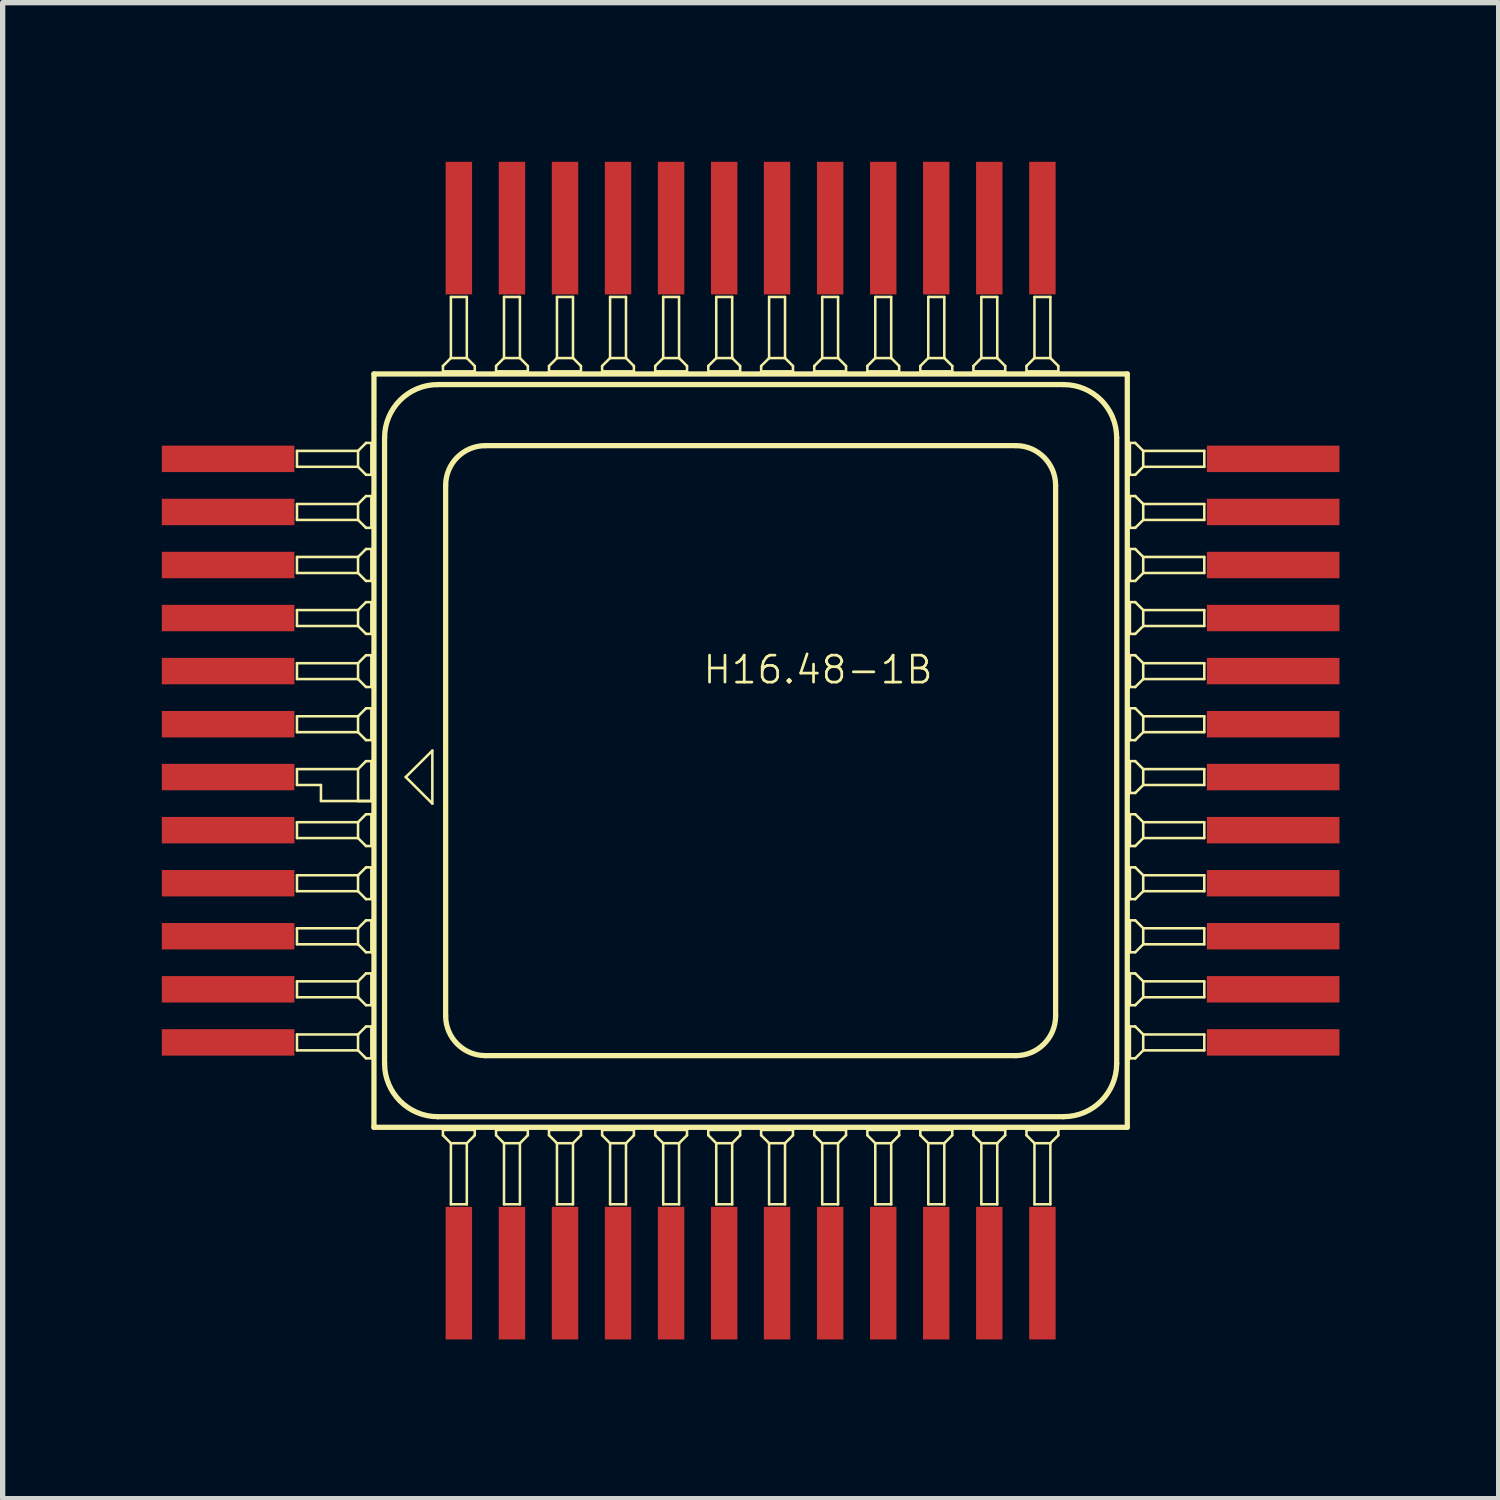
<source format=kicad_pcb>
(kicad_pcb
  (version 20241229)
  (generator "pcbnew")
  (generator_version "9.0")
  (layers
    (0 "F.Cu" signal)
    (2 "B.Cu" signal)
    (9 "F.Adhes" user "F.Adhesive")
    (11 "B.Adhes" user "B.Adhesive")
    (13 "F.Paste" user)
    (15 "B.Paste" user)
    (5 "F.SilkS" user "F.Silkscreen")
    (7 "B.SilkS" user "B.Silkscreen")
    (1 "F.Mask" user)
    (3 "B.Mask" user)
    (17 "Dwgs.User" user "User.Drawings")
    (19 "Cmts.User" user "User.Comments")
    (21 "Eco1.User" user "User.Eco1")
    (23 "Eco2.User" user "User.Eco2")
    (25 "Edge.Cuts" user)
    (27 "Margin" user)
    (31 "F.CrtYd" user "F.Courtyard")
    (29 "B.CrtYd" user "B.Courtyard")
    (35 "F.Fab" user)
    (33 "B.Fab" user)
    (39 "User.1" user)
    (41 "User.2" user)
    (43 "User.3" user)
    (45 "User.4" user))
  (footprint "H16.48-1B"
    (layer "F.Cu")
    (at 11.097 11.097)
    (property "Reference" "H16.48-1B" (at 1.27 -1.524 0) (layer "F.SilkS") (effects (font (size 0.508 0.508) (thickness 0.051))))
    (attr smd)
    (fp_line (start -8.55 -5.649) (end -8.55 -5.349) (stroke (width 0.048) (type solid)) (layer "F.SilkS"))
    (fp_line (start -8.55 -5.649) (end -7.399 -5.649) (stroke (width 0.048) (type solid)) (layer "F.SilkS"))
    (fp_line (start -8.55 -5.349) (end -7.399 -5.349) (stroke (width 0.048) (type solid)) (layer "F.SilkS"))
    (fp_line (start -8.55 -4.648) (end -8.55 -4.348) (stroke (width 0.048) (type solid)) (layer "F.SilkS"))
    (fp_line (start -8.55 -4.648) (end -7.399 -4.648) (stroke (width 0.048) (type solid)) (layer "F.SilkS"))
    (fp_line (start -8.55 -4.348) (end -7.399 -4.348) (stroke (width 0.048) (type solid)) (layer "F.SilkS"))
    (fp_line (start -8.55 -3.65) (end -8.55 -3.348) (stroke (width 0.048) (type solid)) (layer "F.SilkS"))
    (fp_line (start -8.55 -3.65) (end -7.399 -3.65) (stroke (width 0.048) (type solid)) (layer "F.SilkS"))
    (fp_line (start -8.55 -3.348) (end -7.399 -3.348) (stroke (width 0.048) (type solid)) (layer "F.SilkS"))
    (fp_line (start -8.55 -2.649) (end -8.55 -2.349) (stroke (width 0.048) (type solid)) (layer "F.SilkS"))
    (fp_line (start -8.55 -2.649) (end -7.399 -2.649) (stroke (width 0.048) (type solid)) (layer "F.SilkS"))
    (fp_line (start -8.55 -2.349) (end -7.399 -2.349) (stroke (width 0.048) (type solid)) (layer "F.SilkS"))
    (fp_line (start -8.55 -1.648) (end -8.55 -1.349) (stroke (width 0.048) (type solid)) (layer "F.SilkS"))
    (fp_line (start -8.55 -1.648) (end -7.399 -1.648) (stroke (width 0.048) (type solid)) (layer "F.SilkS"))
    (fp_line (start -8.55 -1.349) (end -7.399 -1.349) (stroke (width 0.048) (type solid)) (layer "F.SilkS"))
    (fp_line (start -8.55 -0.648) (end -8.55 -0.348) (stroke (width 0.048) (type solid)) (layer "F.SilkS"))
    (fp_line (start -8.55 -0.648) (end -7.399 -0.648) (stroke (width 0.048) (type solid)) (layer "F.SilkS"))
    (fp_line (start -8.55 -0.348) (end -7.399 -0.348) (stroke (width 0.048) (type solid)) (layer "F.SilkS"))
    (fp_line (start -8.55 0.348) (end -8.55 0.648) (stroke (width 0.048) (type solid)) (layer "F.SilkS"))
    (fp_line (start -8.55 0.348) (end -7.399 0.348) (stroke (width 0.048) (type solid)) (layer "F.SilkS"))
    (fp_line (start -8.55 0.648) (end -8.098 0.648) (stroke (width 0.048) (type solid)) (layer "F.SilkS"))
    (fp_line (start -8.55 1.349) (end -8.55 1.648) (stroke (width 0.048) (type solid)) (layer "F.SilkS"))
    (fp_line (start -8.55 1.349) (end -7.399 1.349) (stroke (width 0.048) (type solid)) (layer "F.SilkS"))
    (fp_line (start -8.55 1.648) (end -7.399 1.648) (stroke (width 0.048) (type solid)) (layer "F.SilkS"))
    (fp_line (start -8.55 2.349) (end -8.55 2.649) (stroke (width 0.048) (type solid)) (layer "F.SilkS"))
    (fp_line (start -8.55 2.349) (end -7.399 2.349) (stroke (width 0.048) (type solid)) (layer "F.SilkS"))
    (fp_line (start -8.55 2.649) (end -7.399 2.649) (stroke (width 0.048) (type solid)) (layer "F.SilkS"))
    (fp_line (start -8.55 3.348) (end -8.55 3.65) (stroke (width 0.048) (type solid)) (layer "F.SilkS"))
    (fp_line (start -8.55 3.348) (end -7.399 3.348) (stroke (width 0.048) (type solid)) (layer "F.SilkS"))
    (fp_line (start -8.55 3.65) (end -7.399 3.65) (stroke (width 0.048) (type solid)) (layer "F.SilkS"))
    (fp_line (start -8.55 4.348) (end -8.55 4.648) (stroke (width 0.048) (type solid)) (layer "F.SilkS"))
    (fp_line (start -8.55 4.348) (end -7.399 4.348) (stroke (width 0.048) (type solid)) (layer "F.SilkS"))
    (fp_line (start -8.55 4.648) (end -7.399 4.648) (stroke (width 0.048) (type solid)) (layer "F.SilkS"))
    (fp_line (start -8.55 5.349) (end -8.55 5.649) (stroke (width 0.048) (type solid)) (layer "F.SilkS"))
    (fp_line (start -8.55 5.349) (end -7.399 5.349) (stroke (width 0.048) (type solid)) (layer "F.SilkS"))
    (fp_line (start -8.55 5.649) (end -7.399 5.649) (stroke (width 0.048) (type solid)) (layer "F.SilkS"))
    (fp_line (start -8.098 0.648) (end -8.098 0.95) (stroke (width 0.048) (type solid)) (layer "F.SilkS"))
    (fp_line (start -8.098 0.95) (end -7.148 0.95) (stroke (width 0.048) (type solid)) (layer "F.SilkS"))
    (fp_line (start -7.399 -5.649) (end -7.399 -5.349) (stroke (width 0.048) (type solid)) (layer "F.SilkS"))
    (fp_line (start -7.399 -5.349) (end -7.249 -5.199) (stroke (width 0.048) (type solid)) (layer "F.SilkS"))
    (fp_line (start -7.399 -4.648) (end -7.399 -4.348) (stroke (width 0.048) (type solid)) (layer "F.SilkS"))
    (fp_line (start -7.399 -4.348) (end -7.249 -4.199) (stroke (width 0.048) (type solid)) (layer "F.SilkS"))
    (fp_line (start -7.399 -3.65) (end -7.399 -3.348) (stroke (width 0.048) (type solid)) (layer "F.SilkS"))
    (fp_line (start -7.399 -3.348) (end -7.249 -3.198) (stroke (width 0.048) (type solid)) (layer "F.SilkS"))
    (fp_line (start -7.399 -2.649) (end -7.399 -2.349) (stroke (width 0.048) (type solid)) (layer "F.SilkS"))
    (fp_line (start -7.399 -2.349) (end -7.249 -2.2) (stroke (width 0.048) (type solid)) (layer "F.SilkS"))
    (fp_line (start -7.399 -1.648) (end -7.399 -1.349) (stroke (width 0.048) (type solid)) (layer "F.SilkS"))
    (fp_line (start -7.399 -1.349) (end -7.249 -1.199) (stroke (width 0.048) (type solid)) (layer "F.SilkS"))
    (fp_line (start -7.399 -0.648) (end -7.399 -0.348) (stroke (width 0.048) (type solid)) (layer "F.SilkS"))
    (fp_line (start -7.399 -0.348) (end -7.249 -0.198) (stroke (width 0.048) (type solid)) (layer "F.SilkS"))
    (fp_line (start -7.399 0.348) (end -7.249 0.198) (stroke (width 0.048) (type solid)) (layer "F.SilkS"))
    (fp_line (start -7.399 0.95) (end -7.399 0.348) (stroke (width 0.048) (type solid)) (layer "F.SilkS"))
    (fp_line (start -7.399 1.349) (end -7.399 1.648) (stroke (width 0.048) (type solid)) (layer "F.SilkS"))
    (fp_line (start -7.399 1.648) (end -7.249 1.798) (stroke (width 0.048) (type solid)) (layer "F.SilkS"))
    (fp_line (start -7.399 2.349) (end -7.399 2.649) (stroke (width 0.048) (type solid)) (layer "F.SilkS"))
    (fp_line (start -7.399 2.649) (end -7.249 2.799) (stroke (width 0.048) (type solid)) (layer "F.SilkS"))
    (fp_line (start -7.399 3.348) (end -7.399 3.65) (stroke (width 0.048) (type solid)) (layer "F.SilkS"))
    (fp_line (start -7.399 3.65) (end -7.249 3.8) (stroke (width 0.048) (type solid)) (layer "F.SilkS"))
    (fp_line (start -7.399 4.348) (end -7.399 4.648) (stroke (width 0.048) (type solid)) (layer "F.SilkS"))
    (fp_line (start -7.399 4.648) (end -7.249 4.798) (stroke (width 0.048) (type solid)) (layer "F.SilkS"))
    (fp_line (start -7.399 5.349) (end -7.399 5.649) (stroke (width 0.048) (type solid)) (layer "F.SilkS"))
    (fp_line (start -7.399 5.649) (end -7.249 5.799) (stroke (width 0.048) (type solid)) (layer "F.SilkS"))
    (fp_line (start -7.249 -5.799) (end -7.399 -5.649) (stroke (width 0.048) (type solid)) (layer "F.SilkS"))
    (fp_line (start -7.249 -5.199) (end -7.148 -5.199) (stroke (width 0.048) (type solid)) (layer "F.SilkS"))
    (fp_line (start -7.249 -4.798) (end -7.399 -4.648) (stroke (width 0.048) (type solid)) (layer "F.SilkS"))
    (fp_line (start -7.249 -4.199) (end -7.148 -4.199) (stroke (width 0.048) (type solid)) (layer "F.SilkS"))
    (fp_line (start -7.249 -3.8) (end -7.399 -3.65) (stroke (width 0.048) (type solid)) (layer "F.SilkS"))
    (fp_line (start -7.249 -3.198) (end -7.148 -3.198) (stroke (width 0.048) (type solid)) (layer "F.SilkS"))
    (fp_line (start -7.249 -2.799) (end -7.399 -2.649) (stroke (width 0.048) (type solid)) (layer "F.SilkS"))
    (fp_line (start -7.249 -2.2) (end -7.148 -2.2) (stroke (width 0.048) (type solid)) (layer "F.SilkS"))
    (fp_line (start -7.249 -1.798) (end -7.399 -1.648) (stroke (width 0.048) (type solid)) (layer "F.SilkS"))
    (fp_line (start -7.249 -1.199) (end -7.148 -1.199) (stroke (width 0.048) (type solid)) (layer "F.SilkS"))
    (fp_line (start -7.249 -0.798) (end -7.399 -0.648) (stroke (width 0.048) (type solid)) (layer "F.SilkS"))
    (fp_line (start -7.249 -0.198) (end -7.148 -0.198) (stroke (width 0.048) (type solid)) (layer "F.SilkS"))
    (fp_line (start -7.249 0.198) (end -7.148 0.198) (stroke (width 0.048) (type solid)) (layer "F.SilkS"))
    (fp_line (start -7.249 1.199) (end -7.399 1.349) (stroke (width 0.048) (type solid)) (layer "F.SilkS"))
    (fp_line (start -7.249 1.798) (end -7.148 1.798) (stroke (width 0.048) (type solid)) (layer "F.SilkS"))
    (fp_line (start -7.249 2.2) (end -7.399 2.349) (stroke (width 0.048) (type solid)) (layer "F.SilkS"))
    (fp_line (start -7.249 2.799) (end -7.148 2.799) (stroke (width 0.048) (type solid)) (layer "F.SilkS"))
    (fp_line (start -7.249 3.198) (end -7.399 3.348) (stroke (width 0.048) (type solid)) (layer "F.SilkS"))
    (fp_line (start -7.249 3.8) (end -7.148 3.8) (stroke (width 0.048) (type solid)) (layer "F.SilkS"))
    (fp_line (start -7.249 4.199) (end -7.399 4.348) (stroke (width 0.048) (type solid)) (layer "F.SilkS"))
    (fp_line (start -7.249 4.798) (end -7.148 4.798) (stroke (width 0.048) (type solid)) (layer "F.SilkS"))
    (fp_line (start -7.249 5.199) (end -7.399 5.349) (stroke (width 0.048) (type solid)) (layer "F.SilkS"))
    (fp_line (start -7.249 5.799) (end -7.148 5.799) (stroke (width 0.048) (type solid)) (layer "F.SilkS"))
    (fp_line (start -7.148 -5.799) (end -7.249 -5.799) (stroke (width 0.048) (type solid)) (layer "F.SilkS"))
    (fp_line (start -7.148 -5.199) (end -7.148 -5.799) (stroke (width 0.048) (type solid)) (layer "F.SilkS"))
    (fp_line (start -7.148 -4.798) (end -7.249 -4.798) (stroke (width 0.048) (type solid)) (layer "F.SilkS"))
    (fp_line (start -7.148 -4.199) (end -7.148 -4.798) (stroke (width 0.048) (type solid)) (layer "F.SilkS"))
    (fp_line (start -7.148 -3.8) (end -7.249 -3.8) (stroke (width 0.048) (type solid)) (layer "F.SilkS"))
    (fp_line (start -7.148 -3.198) (end -7.148 -3.8) (stroke (width 0.048) (type solid)) (layer "F.SilkS"))
    (fp_line (start -7.148 -2.799) (end -7.249 -2.799) (stroke (width 0.048) (type solid)) (layer "F.SilkS"))
    (fp_line (start -7.148 -2.2) (end -7.148 -2.799) (stroke (width 0.048) (type solid)) (layer "F.SilkS"))
    (fp_line (start -7.148 -1.798) (end -7.249 -1.798) (stroke (width 0.048) (type solid)) (layer "F.SilkS"))
    (fp_line (start -7.148 -1.199) (end -7.148 -1.798) (stroke (width 0.048) (type solid)) (layer "F.SilkS"))
    (fp_line (start -7.148 -0.798) (end -7.249 -0.798) (stroke (width 0.048) (type solid)) (layer "F.SilkS"))
    (fp_line (start -7.148 -0.198) (end -7.148 -0.798) (stroke (width 0.048) (type solid)) (layer "F.SilkS"))
    (fp_line (start -7.148 0.198) (end -7.148 0.95) (stroke (width 0.048) (type solid)) (layer "F.SilkS"))
    (fp_line (start -7.148 0.95) (end -7.399 0.95) (stroke (width 0.048) (type solid)) (layer "F.SilkS"))
    (fp_line (start -7.148 1.199) (end -7.249 1.199) (stroke (width 0.048) (type solid)) (layer "F.SilkS"))
    (fp_line (start -7.148 1.798) (end -7.148 1.199) (stroke (width 0.048) (type solid)) (layer "F.SilkS"))
    (fp_line (start -7.148 2.2) (end -7.249 2.2) (stroke (width 0.048) (type solid)) (layer "F.SilkS"))
    (fp_line (start -7.148 2.799) (end -7.148 2.2) (stroke (width 0.048) (type solid)) (layer "F.SilkS"))
    (fp_line (start -7.148 3.198) (end -7.249 3.198) (stroke (width 0.048) (type solid)) (layer "F.SilkS"))
    (fp_line (start -7.148 3.8) (end -7.148 3.198) (stroke (width 0.048) (type solid)) (layer "F.SilkS"))
    (fp_line (start -7.148 4.199) (end -7.249 4.199) (stroke (width 0.048) (type solid)) (layer "F.SilkS"))
    (fp_line (start -7.148 4.798) (end -7.148 4.199) (stroke (width 0.048) (type solid)) (layer "F.SilkS"))
    (fp_line (start -7.148 5.199) (end -7.249 5.199) (stroke (width 0.048) (type solid)) (layer "F.SilkS"))
    (fp_line (start -7.148 5.799) (end -7.148 5.199) (stroke (width 0.048) (type solid)) (layer "F.SilkS"))
    (fp_line (start -7.099 -7.099) (end -7.099 7.099) (stroke (width 0.099) (type solid)) (layer "F.SilkS"))
    (fp_line (start -7.099 7.099) (end 7.099 7.099) (stroke (width 0.099) (type solid)) (layer "F.SilkS"))
    (fp_line (start -6.899 -5.898) (end -6.899 5.898) (stroke (width 0.099) (type solid)) (layer "F.SilkS"))
    (fp_line (start -6.5 0.498) (end -5.999 0) (stroke (width 0.048) (type solid)) (layer "F.SilkS"))
    (fp_line (start -5.999 0) (end -5.999 0.998) (stroke (width 0.048) (type solid)) (layer "F.SilkS"))
    (fp_line (start -5.999 0.998) (end -6.5 0.498) (stroke (width 0.048) (type solid)) (layer "F.SilkS"))
    (fp_line (start -5.799 -7.249) (end -5.799 -7.148) (stroke (width 0.048) (type solid)) (layer "F.SilkS"))
    (fp_line (start -5.799 -7.148) (end -5.199 -7.148) (stroke (width 0.048) (type solid)) (layer "F.SilkS"))
    (fp_line (start -5.799 7.148) (end -5.799 7.249) (stroke (width 0.048) (type solid)) (layer "F.SilkS"))
    (fp_line (start -5.799 7.249) (end -5.649 7.399) (stroke (width 0.048) (type solid)) (layer "F.SilkS"))
    (fp_line (start -5.748 -4.999) (end -5.748 4.999) (stroke (width 0.099) (type solid)) (layer "F.SilkS"))
    (fp_line (start -5.649 -8.55) (end -5.649 -7.399) (stroke (width 0.048) (type solid)) (layer "F.SilkS"))
    (fp_line (start -5.649 -7.399) (end -5.799 -7.249) (stroke (width 0.048) (type solid)) (layer "F.SilkS"))
    (fp_line (start -5.649 7.399) (end -5.349 7.399) (stroke (width 0.048) (type solid)) (layer "F.SilkS"))
    (fp_line (start -5.649 8.55) (end -5.649 7.399) (stroke (width 0.048) (type solid)) (layer "F.SilkS"))
    (fp_line (start -5.649 8.55) (end -5.349 8.55) (stroke (width 0.048) (type solid)) (layer "F.SilkS"))
    (fp_line (start -5.349 -8.55) (end -5.649 -8.55) (stroke (width 0.048) (type solid)) (layer "F.SilkS"))
    (fp_line (start -5.349 -8.55) (end -5.349 -7.399) (stroke (width 0.048) (type solid)) (layer "F.SilkS"))
    (fp_line (start -5.349 -7.399) (end -5.649 -7.399) (stroke (width 0.048) (type solid)) (layer "F.SilkS"))
    (fp_line (start -5.349 7.399) (end -5.199 7.249) (stroke (width 0.048) (type solid)) (layer "F.SilkS"))
    (fp_line (start -5.349 8.55) (end -5.349 7.399) (stroke (width 0.048) (type solid)) (layer "F.SilkS"))
    (fp_line (start -5.199 -7.249) (end -5.349 -7.399) (stroke (width 0.048) (type solid)) (layer "F.SilkS"))
    (fp_line (start -5.199 -7.148) (end -5.199 -7.249) (stroke (width 0.048) (type solid)) (layer "F.SilkS"))
    (fp_line (start -5.199 7.148) (end -5.799 7.148) (stroke (width 0.048) (type solid)) (layer "F.SilkS"))
    (fp_line (start -5.199 7.249) (end -5.199 7.148) (stroke (width 0.048) (type solid)) (layer "F.SilkS"))
    (fp_line (start -4.999 5.748) (end 4.999 5.748) (stroke (width 0.099) (type solid)) (layer "F.SilkS"))
    (fp_line (start -4.798 -7.249) (end -4.798 -7.148) (stroke (width 0.048) (type solid)) (layer "F.SilkS"))
    (fp_line (start -4.798 -7.148) (end -4.199 -7.148) (stroke (width 0.048) (type solid)) (layer "F.SilkS"))
    (fp_line (start -4.798 7.148) (end -4.798 7.249) (stroke (width 0.048) (type solid)) (layer "F.SilkS"))
    (fp_line (start -4.798 7.249) (end -4.648 7.399) (stroke (width 0.048) (type solid)) (layer "F.SilkS"))
    (fp_line (start -4.648 -8.55) (end -4.648 -7.399) (stroke (width 0.048) (type solid)) (layer "F.SilkS"))
    (fp_line (start -4.648 -7.399) (end -4.798 -7.249) (stroke (width 0.048) (type solid)) (layer "F.SilkS"))
    (fp_line (start -4.648 7.399) (end -4.348 7.399) (stroke (width 0.048) (type solid)) (layer "F.SilkS"))
    (fp_line (start -4.648 8.55) (end -4.648 7.399) (stroke (width 0.048) (type solid)) (layer "F.SilkS"))
    (fp_line (start -4.648 8.55) (end -4.348 8.55) (stroke (width 0.048) (type solid)) (layer "F.SilkS"))
    (fp_line (start -4.348 -8.55) (end -4.648 -8.55) (stroke (width 0.048) (type solid)) (layer "F.SilkS"))
    (fp_line (start -4.348 -8.55) (end -4.348 -7.399) (stroke (width 0.048) (type solid)) (layer "F.SilkS"))
    (fp_line (start -4.348 -7.399) (end -4.648 -7.399) (stroke (width 0.048) (type solid)) (layer "F.SilkS"))
    (fp_line (start -4.348 7.399) (end -4.199 7.249) (stroke (width 0.048) (type solid)) (layer "F.SilkS"))
    (fp_line (start -4.348 8.55) (end -4.348 7.399) (stroke (width 0.048) (type solid)) (layer "F.SilkS"))
    (fp_line (start -4.199 -7.249) (end -4.348 -7.399) (stroke (width 0.048) (type solid)) (layer "F.SilkS"))
    (fp_line (start -4.199 -7.148) (end -4.199 -7.249) (stroke (width 0.048) (type solid)) (layer "F.SilkS"))
    (fp_line (start -4.199 7.148) (end -4.798 7.148) (stroke (width 0.048) (type solid)) (layer "F.SilkS"))
    (fp_line (start -4.199 7.249) (end -4.199 7.148) (stroke (width 0.048) (type solid)) (layer "F.SilkS"))
    (fp_line (start -3.8 -7.249) (end -3.8 -7.148) (stroke (width 0.048) (type solid)) (layer "F.SilkS"))
    (fp_line (start -3.8 -7.148) (end -3.198 -7.148) (stroke (width 0.048) (type solid)) (layer "F.SilkS"))
    (fp_line (start -3.8 7.148) (end -3.8 7.249) (stroke (width 0.048) (type solid)) (layer "F.SilkS"))
    (fp_line (start -3.8 7.249) (end -3.65 7.399) (stroke (width 0.048) (type solid)) (layer "F.SilkS"))
    (fp_line (start -3.65 -8.55) (end -3.65 -7.399) (stroke (width 0.048) (type solid)) (layer "F.SilkS"))
    (fp_line (start -3.65 -7.399) (end -3.8 -7.249) (stroke (width 0.048) (type solid)) (layer "F.SilkS"))
    (fp_line (start -3.65 7.399) (end -3.348 7.399) (stroke (width 0.048) (type solid)) (layer "F.SilkS"))
    (fp_line (start -3.65 8.55) (end -3.65 7.399) (stroke (width 0.048) (type solid)) (layer "F.SilkS"))
    (fp_line (start -3.65 8.55) (end -3.348 8.55) (stroke (width 0.048) (type solid)) (layer "F.SilkS"))
    (fp_line (start -3.348 -8.55) (end -3.65 -8.55) (stroke (width 0.048) (type solid)) (layer "F.SilkS"))
    (fp_line (start -3.348 -8.55) (end -3.348 -7.399) (stroke (width 0.048) (type solid)) (layer "F.SilkS"))
    (fp_line (start -3.348 -7.399) (end -3.65 -7.399) (stroke (width 0.048) (type solid)) (layer "F.SilkS"))
    (fp_line (start -3.348 7.399) (end -3.198 7.249) (stroke (width 0.048) (type solid)) (layer "F.SilkS"))
    (fp_line (start -3.348 8.55) (end -3.348 7.399) (stroke (width 0.048) (type solid)) (layer "F.SilkS"))
    (fp_line (start -3.198 -7.249) (end -3.348 -7.399) (stroke (width 0.048) (type solid)) (layer "F.SilkS"))
    (fp_line (start -3.198 -7.148) (end -3.198 -7.249) (stroke (width 0.048) (type solid)) (layer "F.SilkS"))
    (fp_line (start -3.198 7.148) (end -3.8 7.148) (stroke (width 0.048) (type solid)) (layer "F.SilkS"))
    (fp_line (start -3.198 7.249) (end -3.198 7.148) (stroke (width 0.048) (type solid)) (layer "F.SilkS"))
    (fp_line (start -2.799 -7.249) (end -2.799 -7.148) (stroke (width 0.048) (type solid)) (layer "F.SilkS"))
    (fp_line (start -2.799 -7.148) (end -2.2 -7.148) (stroke (width 0.048) (type solid)) (layer "F.SilkS"))
    (fp_line (start -2.799 7.148) (end -2.799 7.249) (stroke (width 0.048) (type solid)) (layer "F.SilkS"))
    (fp_line (start -2.799 7.249) (end -2.649 7.399) (stroke (width 0.048) (type solid)) (layer "F.SilkS"))
    (fp_line (start -2.649 -8.55) (end -2.649 -7.399) (stroke (width 0.048) (type solid)) (layer "F.SilkS"))
    (fp_line (start -2.649 -7.399) (end -2.799 -7.249) (stroke (width 0.048) (type solid)) (layer "F.SilkS"))
    (fp_line (start -2.649 7.399) (end -2.349 7.399) (stroke (width 0.048) (type solid)) (layer "F.SilkS"))
    (fp_line (start -2.649 8.55) (end -2.649 7.399) (stroke (width 0.048) (type solid)) (layer "F.SilkS"))
    (fp_line (start -2.649 8.55) (end -2.349 8.55) (stroke (width 0.048) (type solid)) (layer "F.SilkS"))
    (fp_line (start -2.349 -8.55) (end -2.649 -8.55) (stroke (width 0.048) (type solid)) (layer "F.SilkS"))
    (fp_line (start -2.349 -8.55) (end -2.349 -7.399) (stroke (width 0.048) (type solid)) (layer "F.SilkS"))
    (fp_line (start -2.349 -7.399) (end -2.649 -7.399) (stroke (width 0.048) (type solid)) (layer "F.SilkS"))
    (fp_line (start -2.349 7.399) (end -2.2 7.249) (stroke (width 0.048) (type solid)) (layer "F.SilkS"))
    (fp_line (start -2.349 8.55) (end -2.349 7.399) (stroke (width 0.048) (type solid)) (layer "F.SilkS"))
    (fp_line (start -2.2 -7.249) (end -2.349 -7.399) (stroke (width 0.048) (type solid)) (layer "F.SilkS"))
    (fp_line (start -2.2 -7.148) (end -2.2 -7.249) (stroke (width 0.048) (type solid)) (layer "F.SilkS"))
    (fp_line (start -2.2 7.148) (end -2.799 7.148) (stroke (width 0.048) (type solid)) (layer "F.SilkS"))
    (fp_line (start -2.2 7.249) (end -2.2 7.148) (stroke (width 0.048) (type solid)) (layer "F.SilkS"))
    (fp_line (start -1.798 -7.249) (end -1.798 -7.148) (stroke (width 0.048) (type solid)) (layer "F.SilkS"))
    (fp_line (start -1.798 -7.148) (end -1.199 -7.148) (stroke (width 0.048) (type solid)) (layer "F.SilkS"))
    (fp_line (start -1.798 7.148) (end -1.798 7.249) (stroke (width 0.048) (type solid)) (layer "F.SilkS"))
    (fp_line (start -1.798 7.249) (end -1.648 7.399) (stroke (width 0.048) (type solid)) (layer "F.SilkS"))
    (fp_line (start -1.648 -8.55) (end -1.648 -7.399) (stroke (width 0.048) (type solid)) (layer "F.SilkS"))
    (fp_line (start -1.648 -7.399) (end -1.798 -7.249) (stroke (width 0.048) (type solid)) (layer "F.SilkS"))
    (fp_line (start -1.648 7.399) (end -1.349 7.399) (stroke (width 0.048) (type solid)) (layer "F.SilkS"))
    (fp_line (start -1.648 8.55) (end -1.648 7.399) (stroke (width 0.048) (type solid)) (layer "F.SilkS"))
    (fp_line (start -1.648 8.55) (end -1.349 8.55) (stroke (width 0.048) (type solid)) (layer "F.SilkS"))
    (fp_line (start -1.349 -8.55) (end -1.648 -8.55) (stroke (width 0.048) (type solid)) (layer "F.SilkS"))
    (fp_line (start -1.349 -8.55) (end -1.349 -7.399) (stroke (width 0.048) (type solid)) (layer "F.SilkS"))
    (fp_line (start -1.349 -7.399) (end -1.648 -7.399) (stroke (width 0.048) (type solid)) (layer "F.SilkS"))
    (fp_line (start -1.349 7.399) (end -1.199 7.249) (stroke (width 0.048) (type solid)) (layer "F.SilkS"))
    (fp_line (start -1.349 8.55) (end -1.349 7.399) (stroke (width 0.048) (type solid)) (layer "F.SilkS"))
    (fp_line (start -1.199 -7.249) (end -1.349 -7.399) (stroke (width 0.048) (type solid)) (layer "F.SilkS"))
    (fp_line (start -1.199 -7.148) (end -1.199 -7.249) (stroke (width 0.048) (type solid)) (layer "F.SilkS"))
    (fp_line (start -1.199 7.148) (end -1.798 7.148) (stroke (width 0.048) (type solid)) (layer "F.SilkS"))
    (fp_line (start -1.199 7.249) (end -1.199 7.148) (stroke (width 0.048) (type solid)) (layer "F.SilkS"))
    (fp_line (start -0.798 -7.249) (end -0.798 -7.148) (stroke (width 0.048) (type solid)) (layer "F.SilkS"))
    (fp_line (start -0.798 -7.148) (end -0.198 -7.148) (stroke (width 0.048) (type solid)) (layer "F.SilkS"))
    (fp_line (start -0.798 7.148) (end -0.798 7.249) (stroke (width 0.048) (type solid)) (layer "F.SilkS"))
    (fp_line (start -0.798 7.249) (end -0.648 7.399) (stroke (width 0.048) (type solid)) (layer "F.SilkS"))
    (fp_line (start -0.648 -8.55) (end -0.648 -7.399) (stroke (width 0.048) (type solid)) (layer "F.SilkS"))
    (fp_line (start -0.648 -7.399) (end -0.798 -7.249) (stroke (width 0.048) (type solid)) (layer "F.SilkS"))
    (fp_line (start -0.648 7.399) (end -0.348 7.399) (stroke (width 0.048) (type solid)) (layer "F.SilkS"))
    (fp_line (start -0.648 8.55) (end -0.648 7.399) (stroke (width 0.048) (type solid)) (layer "F.SilkS"))
    (fp_line (start -0.648 8.55) (end -0.348 8.55) (stroke (width 0.048) (type solid)) (layer "F.SilkS"))
    (fp_line (start -0.348 -8.55) (end -0.648 -8.55) (stroke (width 0.048) (type solid)) (layer "F.SilkS"))
    (fp_line (start -0.348 -8.55) (end -0.348 -7.399) (stroke (width 0.048) (type solid)) (layer "F.SilkS"))
    (fp_line (start -0.348 -7.399) (end -0.648 -7.399) (stroke (width 0.048) (type solid)) (layer "F.SilkS"))
    (fp_line (start -0.348 7.399) (end -0.198 7.249) (stroke (width 0.048) (type solid)) (layer "F.SilkS"))
    (fp_line (start -0.348 8.55) (end -0.348 7.399) (stroke (width 0.048) (type solid)) (layer "F.SilkS"))
    (fp_line (start -0.198 -7.249) (end -0.348 -7.399) (stroke (width 0.048) (type solid)) (layer "F.SilkS"))
    (fp_line (start -0.198 -7.148) (end -0.198 -7.249) (stroke (width 0.048) (type solid)) (layer "F.SilkS"))
    (fp_line (start -0.198 7.148) (end -0.798 7.148) (stroke (width 0.048) (type solid)) (layer "F.SilkS"))
    (fp_line (start -0.198 7.249) (end -0.198 7.148) (stroke (width 0.048) (type solid)) (layer "F.SilkS"))
    (fp_line (start 0.198 -7.249) (end 0.198 -7.148) (stroke (width 0.048) (type solid)) (layer "F.SilkS"))
    (fp_line (start 0.198 -7.148) (end 0.798 -7.148) (stroke (width 0.048) (type solid)) (layer "F.SilkS"))
    (fp_line (start 0.198 7.148) (end 0.198 7.249) (stroke (width 0.048) (type solid)) (layer "F.SilkS"))
    (fp_line (start 0.198 7.249) (end 0.348 7.399) (stroke (width 0.048) (type solid)) (layer "F.SilkS"))
    (fp_line (start 0.348 -8.55) (end 0.348 -7.399) (stroke (width 0.048) (type solid)) (layer "F.SilkS"))
    (fp_line (start 0.348 -7.399) (end 0.198 -7.249) (stroke (width 0.048) (type solid)) (layer "F.SilkS"))
    (fp_line (start 0.348 7.399) (end 0.648 7.399) (stroke (width 0.048) (type solid)) (layer "F.SilkS"))
    (fp_line (start 0.348 8.55) (end 0.348 7.399) (stroke (width 0.048) (type solid)) (layer "F.SilkS"))
    (fp_line (start 0.348 8.55) (end 0.648 8.55) (stroke (width 0.048) (type solid)) (layer "F.SilkS"))
    (fp_line (start 0.648 -8.55) (end 0.348 -8.55) (stroke (width 0.048) (type solid)) (layer "F.SilkS"))
    (fp_line (start 0.648 -8.55) (end 0.648 -7.399) (stroke (width 0.048) (type solid)) (layer "F.SilkS"))
    (fp_line (start 0.648 -7.399) (end 0.348 -7.399) (stroke (width 0.048) (type solid)) (layer "F.SilkS"))
    (fp_line (start 0.648 7.399) (end 0.798 7.249) (stroke (width 0.048) (type solid)) (layer "F.SilkS"))
    (fp_line (start 0.648 8.55) (end 0.648 7.399) (stroke (width 0.048) (type solid)) (layer "F.SilkS"))
    (fp_line (start 0.798 -7.249) (end 0.648 -7.399) (stroke (width 0.048) (type solid)) (layer "F.SilkS"))
    (fp_line (start 0.798 -7.148) (end 0.798 -7.249) (stroke (width 0.048) (type solid)) (layer "F.SilkS"))
    (fp_line (start 0.798 7.148) (end 0.198 7.148) (stroke (width 0.048) (type solid)) (layer "F.SilkS"))
    (fp_line (start 0.798 7.249) (end 0.798 7.148) (stroke (width 0.048) (type solid)) (layer "F.SilkS"))
    (fp_line (start 1.199 -7.249) (end 1.199 -7.148) (stroke (width 0.048) (type solid)) (layer "F.SilkS"))
    (fp_line (start 1.199 -7.148) (end 1.798 -7.148) (stroke (width 0.048) (type solid)) (layer "F.SilkS"))
    (fp_line (start 1.199 7.148) (end 1.199 7.249) (stroke (width 0.048) (type solid)) (layer "F.SilkS"))
    (fp_line (start 1.199 7.249) (end 1.349 7.399) (stroke (width 0.048) (type solid)) (layer "F.SilkS"))
    (fp_line (start 1.349 -8.55) (end 1.349 -7.399) (stroke (width 0.048) (type solid)) (layer "F.SilkS"))
    (fp_line (start 1.349 -7.399) (end 1.199 -7.249) (stroke (width 0.048) (type solid)) (layer "F.SilkS"))
    (fp_line (start 1.349 7.399) (end 1.648 7.399) (stroke (width 0.048) (type solid)) (layer "F.SilkS"))
    (fp_line (start 1.349 8.55) (end 1.349 7.399) (stroke (width 0.048) (type solid)) (layer "F.SilkS"))
    (fp_line (start 1.349 8.55) (end 1.648 8.55) (stroke (width 0.048) (type solid)) (layer "F.SilkS"))
    (fp_line (start 1.648 -8.55) (end 1.349 -8.55) (stroke (width 0.048) (type solid)) (layer "F.SilkS"))
    (fp_line (start 1.648 -8.55) (end 1.648 -7.399) (stroke (width 0.048) (type solid)) (layer "F.SilkS"))
    (fp_line (start 1.648 -7.399) (end 1.349 -7.399) (stroke (width 0.048) (type solid)) (layer "F.SilkS"))
    (fp_line (start 1.648 7.399) (end 1.798 7.249) (stroke (width 0.048) (type solid)) (layer "F.SilkS"))
    (fp_line (start 1.648 8.55) (end 1.648 7.399) (stroke (width 0.048) (type solid)) (layer "F.SilkS"))
    (fp_line (start 1.798 -7.249) (end 1.648 -7.399) (stroke (width 0.048) (type solid)) (layer "F.SilkS"))
    (fp_line (start 1.798 -7.148) (end 1.798 -7.249) (stroke (width 0.048) (type solid)) (layer "F.SilkS"))
    (fp_line (start 1.798 7.148) (end 1.199 7.148) (stroke (width 0.048) (type solid)) (layer "F.SilkS"))
    (fp_line (start 1.798 7.249) (end 1.798 7.148) (stroke (width 0.048) (type solid)) (layer "F.SilkS"))
    (fp_line (start 2.2 -7.249) (end 2.2 -7.148) (stroke (width 0.048) (type solid)) (layer "F.SilkS"))
    (fp_line (start 2.2 -7.148) (end 2.799 -7.148) (stroke (width 0.048) (type solid)) (layer "F.SilkS"))
    (fp_line (start 2.2 7.148) (end 2.2 7.249) (stroke (width 0.048) (type solid)) (layer "F.SilkS"))
    (fp_line (start 2.2 7.249) (end 2.349 7.399) (stroke (width 0.048) (type solid)) (layer "F.SilkS"))
    (fp_line (start 2.349 -8.55) (end 2.349 -7.399) (stroke (width 0.048) (type solid)) (layer "F.SilkS"))
    (fp_line (start 2.349 -7.399) (end 2.2 -7.249) (stroke (width 0.048) (type solid)) (layer "F.SilkS"))
    (fp_line (start 2.349 7.399) (end 2.649 7.399) (stroke (width 0.048) (type solid)) (layer "F.SilkS"))
    (fp_line (start 2.349 8.55) (end 2.349 7.399) (stroke (width 0.048) (type solid)) (layer "F.SilkS"))
    (fp_line (start 2.349 8.55) (end 2.649 8.55) (stroke (width 0.048) (type solid)) (layer "F.SilkS"))
    (fp_line (start 2.649 -8.55) (end 2.349 -8.55) (stroke (width 0.048) (type solid)) (layer "F.SilkS"))
    (fp_line (start 2.649 -8.55) (end 2.649 -7.399) (stroke (width 0.048) (type solid)) (layer "F.SilkS"))
    (fp_line (start 2.649 -7.399) (end 2.349 -7.399) (stroke (width 0.048) (type solid)) (layer "F.SilkS"))
    (fp_line (start 2.649 7.399) (end 2.799 7.249) (stroke (width 0.048) (type solid)) (layer "F.SilkS"))
    (fp_line (start 2.649 8.55) (end 2.649 7.399) (stroke (width 0.048) (type solid)) (layer "F.SilkS"))
    (fp_line (start 2.799 -7.249) (end 2.649 -7.399) (stroke (width 0.048) (type solid)) (layer "F.SilkS"))
    (fp_line (start 2.799 -7.148) (end 2.799 -7.249) (stroke (width 0.048) (type solid)) (layer "F.SilkS"))
    (fp_line (start 2.799 7.148) (end 2.2 7.148) (stroke (width 0.048) (type solid)) (layer "F.SilkS"))
    (fp_line (start 2.799 7.249) (end 2.799 7.148) (stroke (width 0.048) (type solid)) (layer "F.SilkS"))
    (fp_line (start 3.198 -7.249) (end 3.198 -7.148) (stroke (width 0.048) (type solid)) (layer "F.SilkS"))
    (fp_line (start 3.198 -7.148) (end 3.8 -7.148) (stroke (width 0.048) (type solid)) (layer "F.SilkS"))
    (fp_line (start 3.198 7.148) (end 3.198 7.249) (stroke (width 0.048) (type solid)) (layer "F.SilkS"))
    (fp_line (start 3.198 7.249) (end 3.348 7.399) (stroke (width 0.048) (type solid)) (layer "F.SilkS"))
    (fp_line (start 3.348 -8.55) (end 3.348 -7.399) (stroke (width 0.048) (type solid)) (layer "F.SilkS"))
    (fp_line (start 3.348 -7.399) (end 3.198 -7.249) (stroke (width 0.048) (type solid)) (layer "F.SilkS"))
    (fp_line (start 3.348 7.399) (end 3.65 7.399) (stroke (width 0.048) (type solid)) (layer "F.SilkS"))
    (fp_line (start 3.348 8.55) (end 3.348 7.399) (stroke (width 0.048) (type solid)) (layer "F.SilkS"))
    (fp_line (start 3.348 8.55) (end 3.65 8.55) (stroke (width 0.048) (type solid)) (layer "F.SilkS"))
    (fp_line (start 3.65 -8.55) (end 3.348 -8.55) (stroke (width 0.048) (type solid)) (layer "F.SilkS"))
    (fp_line (start 3.65 -8.55) (end 3.65 -7.399) (stroke (width 0.048) (type solid)) (layer "F.SilkS"))
    (fp_line (start 3.65 -7.399) (end 3.348 -7.399) (stroke (width 0.048) (type solid)) (layer "F.SilkS"))
    (fp_line (start 3.65 7.399) (end 3.8 7.249) (stroke (width 0.048) (type solid)) (layer "F.SilkS"))
    (fp_line (start 3.65 8.55) (end 3.65 7.399) (stroke (width 0.048) (type solid)) (layer "F.SilkS"))
    (fp_line (start 3.8 -7.249) (end 3.65 -7.399) (stroke (width 0.048) (type solid)) (layer "F.SilkS"))
    (fp_line (start 3.8 -7.148) (end 3.8 -7.249) (stroke (width 0.048) (type solid)) (layer "F.SilkS"))
    (fp_line (start 3.8 7.148) (end 3.198 7.148) (stroke (width 0.048) (type solid)) (layer "F.SilkS"))
    (fp_line (start 3.8 7.249) (end 3.8 7.148) (stroke (width 0.048) (type solid)) (layer "F.SilkS"))
    (fp_line (start 4.199 -7.249) (end 4.199 -7.148) (stroke (width 0.048) (type solid)) (layer "F.SilkS"))
    (fp_line (start 4.199 -7.148) (end 4.798 -7.148) (stroke (width 0.048) (type solid)) (layer "F.SilkS"))
    (fp_line (start 4.199 7.148) (end 4.199 7.249) (stroke (width 0.048) (type solid)) (layer "F.SilkS"))
    (fp_line (start 4.199 7.249) (end 4.348 7.399) (stroke (width 0.048) (type solid)) (layer "F.SilkS"))
    (fp_line (start 4.348 -8.55) (end 4.348 -7.399) (stroke (width 0.048) (type solid)) (layer "F.SilkS"))
    (fp_line (start 4.348 -7.399) (end 4.199 -7.249) (stroke (width 0.048) (type solid)) (layer "F.SilkS"))
    (fp_line (start 4.348 7.399) (end 4.648 7.399) (stroke (width 0.048) (type solid)) (layer "F.SilkS"))
    (fp_line (start 4.348 8.55) (end 4.348 7.399) (stroke (width 0.048) (type solid)) (layer "F.SilkS"))
    (fp_line (start 4.348 8.55) (end 4.648 8.55) (stroke (width 0.048) (type solid)) (layer "F.SilkS"))
    (fp_line (start 4.648 -8.55) (end 4.348 -8.55) (stroke (width 0.048) (type solid)) (layer "F.SilkS"))
    (fp_line (start 4.648 -8.55) (end 4.648 -7.399) (stroke (width 0.048) (type solid)) (layer "F.SilkS"))
    (fp_line (start 4.648 -7.399) (end 4.348 -7.399) (stroke (width 0.048) (type solid)) (layer "F.SilkS"))
    (fp_line (start 4.648 7.399) (end 4.798 7.249) (stroke (width 0.048) (type solid)) (layer "F.SilkS"))
    (fp_line (start 4.648 8.55) (end 4.648 7.399) (stroke (width 0.048) (type solid)) (layer "F.SilkS"))
    (fp_line (start 4.798 -7.249) (end 4.648 -7.399) (stroke (width 0.048) (type solid)) (layer "F.SilkS"))
    (fp_line (start 4.798 -7.148) (end 4.798 -7.249) (stroke (width 0.048) (type solid)) (layer "F.SilkS"))
    (fp_line (start 4.798 7.148) (end 4.199 7.148) (stroke (width 0.048) (type solid)) (layer "F.SilkS"))
    (fp_line (start 4.798 7.249) (end 4.798 7.148) (stroke (width 0.048) (type solid)) (layer "F.SilkS"))
    (fp_line (start 4.999 -5.748) (end -4.999 -5.748) (stroke (width 0.099) (type solid)) (layer "F.SilkS"))
    (fp_line (start 5.199 -7.249) (end 5.199 -7.148) (stroke (width 0.048) (type solid)) (layer "F.SilkS"))
    (fp_line (start 5.199 -7.148) (end 5.799 -7.148) (stroke (width 0.048) (type solid)) (layer "F.SilkS"))
    (fp_line (start 5.199 7.148) (end 5.199 7.249) (stroke (width 0.048) (type solid)) (layer "F.SilkS"))
    (fp_line (start 5.199 7.249) (end 5.349 7.399) (stroke (width 0.048) (type solid)) (layer "F.SilkS"))
    (fp_line (start 5.349 -8.55) (end 5.349 -7.399) (stroke (width 0.048) (type solid)) (layer "F.SilkS"))
    (fp_line (start 5.349 -7.399) (end 5.199 -7.249) (stroke (width 0.048) (type solid)) (layer "F.SilkS"))
    (fp_line (start 5.349 7.399) (end 5.649 7.399) (stroke (width 0.048) (type solid)) (layer "F.SilkS"))
    (fp_line (start 5.349 8.55) (end 5.349 7.399) (stroke (width 0.048) (type solid)) (layer "F.SilkS"))
    (fp_line (start 5.349 8.55) (end 5.649 8.55) (stroke (width 0.048) (type solid)) (layer "F.SilkS"))
    (fp_line (start 5.649 -8.55) (end 5.349 -8.55) (stroke (width 0.048) (type solid)) (layer "F.SilkS"))
    (fp_line (start 5.649 -8.55) (end 5.649 -7.399) (stroke (width 0.048) (type solid)) (layer "F.SilkS"))
    (fp_line (start 5.649 -7.399) (end 5.349 -7.399) (stroke (width 0.048) (type solid)) (layer "F.SilkS"))
    (fp_line (start 5.649 7.399) (end 5.799 7.249) (stroke (width 0.048) (type solid)) (layer "F.SilkS"))
    (fp_line (start 5.649 8.55) (end 5.649 7.399) (stroke (width 0.048) (type solid)) (layer "F.SilkS"))
    (fp_line (start 5.748 4.999) (end 5.748 -4.999) (stroke (width 0.099) (type solid)) (layer "F.SilkS"))
    (fp_line (start 5.799 -7.249) (end 5.649 -7.399) (stroke (width 0.048) (type solid)) (layer "F.SilkS"))
    (fp_line (start 5.799 -7.148) (end 5.799 -7.249) (stroke (width 0.048) (type solid)) (layer "F.SilkS"))
    (fp_line (start 5.799 7.148) (end 5.199 7.148) (stroke (width 0.048) (type solid)) (layer "F.SilkS"))
    (fp_line (start 5.799 7.249) (end 5.799 7.148) (stroke (width 0.048) (type solid)) (layer "F.SilkS"))
    (fp_line (start 5.898 -6.899) (end -5.898 -6.899) (stroke (width 0.099) (type solid)) (layer "F.SilkS"))
    (fp_line (start 5.898 6.899) (end -5.898 6.899) (stroke (width 0.099) (type solid)) (layer "F.SilkS"))
    (fp_line (start 6.899 -5.898) (end 6.899 5.898) (stroke (width 0.099) (type solid)) (layer "F.SilkS"))
    (fp_line (start 7.099 -7.099) (end -7.099 -7.099) (stroke (width 0.099) (type solid)) (layer "F.SilkS"))
    (fp_line (start 7.099 7.099) (end 7.099 -7.099) (stroke (width 0.099) (type solid)) (layer "F.SilkS"))
    (fp_line (start 7.148 -5.799) (end 7.148 -5.199) (stroke (width 0.048) (type solid)) (layer "F.SilkS"))
    (fp_line (start 7.148 -5.199) (end 7.249 -5.199) (stroke (width 0.048) (type solid)) (layer "F.SilkS"))
    (fp_line (start 7.148 -4.798) (end 7.148 -4.199) (stroke (width 0.048) (type solid)) (layer "F.SilkS"))
    (fp_line (start 7.148 -4.199) (end 7.249 -4.199) (stroke (width 0.048) (type solid)) (layer "F.SilkS"))
    (fp_line (start 7.148 -3.8) (end 7.148 -3.198) (stroke (width 0.048) (type solid)) (layer "F.SilkS"))
    (fp_line (start 7.148 -3.198) (end 7.249 -3.198) (stroke (width 0.048) (type solid)) (layer "F.SilkS"))
    (fp_line (start 7.148 -2.799) (end 7.148 -2.2) (stroke (width 0.048) (type solid)) (layer "F.SilkS"))
    (fp_line (start 7.148 -2.2) (end 7.249 -2.2) (stroke (width 0.048) (type solid)) (layer "F.SilkS"))
    (fp_line (start 7.148 -1.798) (end 7.148 -1.199) (stroke (width 0.048) (type solid)) (layer "F.SilkS"))
    (fp_line (start 7.148 -1.199) (end 7.249 -1.199) (stroke (width 0.048) (type solid)) (layer "F.SilkS"))
    (fp_line (start 7.148 -0.798) (end 7.148 -0.198) (stroke (width 0.048) (type solid)) (layer "F.SilkS"))
    (fp_line (start 7.148 -0.198) (end 7.249 -0.198) (stroke (width 0.048) (type solid)) (layer "F.SilkS"))
    (fp_line (start 7.148 0.198) (end 7.148 0.798) (stroke (width 0.048) (type solid)) (layer "F.SilkS"))
    (fp_line (start 7.148 0.798) (end 7.249 0.798) (stroke (width 0.048) (type solid)) (layer "F.SilkS"))
    (fp_line (start 7.148 1.199) (end 7.148 1.798) (stroke (width 0.048) (type solid)) (layer "F.SilkS"))
    (fp_line (start 7.148 1.798) (end 7.249 1.798) (stroke (width 0.048) (type solid)) (layer "F.SilkS"))
    (fp_line (start 7.148 2.2) (end 7.148 2.799) (stroke (width 0.048) (type solid)) (layer "F.SilkS"))
    (fp_line (start 7.148 2.799) (end 7.249 2.799) (stroke (width 0.048) (type solid)) (layer "F.SilkS"))
    (fp_line (start 7.148 3.198) (end 7.148 3.8) (stroke (width 0.048) (type solid)) (layer "F.SilkS"))
    (fp_line (start 7.148 3.8) (end 7.249 3.8) (stroke (width 0.048) (type solid)) (layer "F.SilkS"))
    (fp_line (start 7.148 4.199) (end 7.148 4.798) (stroke (width 0.048) (type solid)) (layer "F.SilkS"))
    (fp_line (start 7.148 4.798) (end 7.249 4.798) (stroke (width 0.048) (type solid)) (layer "F.SilkS"))
    (fp_line (start 7.148 5.199) (end 7.148 5.799) (stroke (width 0.048) (type solid)) (layer "F.SilkS"))
    (fp_line (start 7.148 5.799) (end 7.249 5.799) (stroke (width 0.048) (type solid)) (layer "F.SilkS"))
    (fp_line (start 7.249 -5.799) (end 7.148 -5.799) (stroke (width 0.048) (type solid)) (layer "F.SilkS"))
    (fp_line (start 7.249 -5.199) (end 7.399 -5.349) (stroke (width 0.048) (type solid)) (layer "F.SilkS"))
    (fp_line (start 7.249 -4.798) (end 7.148 -4.798) (stroke (width 0.048) (type solid)) (layer "F.SilkS"))
    (fp_line (start 7.249 -4.199) (end 7.399 -4.348) (stroke (width 0.048) (type solid)) (layer "F.SilkS"))
    (fp_line (start 7.249 -3.8) (end 7.148 -3.8) (stroke (width 0.048) (type solid)) (layer "F.SilkS"))
    (fp_line (start 7.249 -3.198) (end 7.399 -3.348) (stroke (width 0.048) (type solid)) (layer "F.SilkS"))
    (fp_line (start 7.249 -2.799) (end 7.148 -2.799) (stroke (width 0.048) (type solid)) (layer "F.SilkS"))
    (fp_line (start 7.249 -2.2) (end 7.399 -2.349) (stroke (width 0.048) (type solid)) (layer "F.SilkS"))
    (fp_line (start 7.249 -1.798) (end 7.148 -1.798) (stroke (width 0.048) (type solid)) (layer "F.SilkS"))
    (fp_line (start 7.249 -1.199) (end 7.399 -1.349) (stroke (width 0.048) (type solid)) (layer "F.SilkS"))
    (fp_line (start 7.249 -0.798) (end 7.148 -0.798) (stroke (width 0.048) (type solid)) (layer "F.SilkS"))
    (fp_line (start 7.249 -0.198) (end 7.399 -0.348) (stroke (width 0.048) (type solid)) (layer "F.SilkS"))
    (fp_line (start 7.249 0.198) (end 7.148 0.198) (stroke (width 0.048) (type solid)) (layer "F.SilkS"))
    (fp_line (start 7.249 0.798) (end 7.399 0.648) (stroke (width 0.048) (type solid)) (layer "F.SilkS"))
    (fp_line (start 7.249 1.199) (end 7.148 1.199) (stroke (width 0.048) (type solid)) (layer "F.SilkS"))
    (fp_line (start 7.249 1.798) (end 7.399 1.648) (stroke (width 0.048) (type solid)) (layer "F.SilkS"))
    (fp_line (start 7.249 2.2) (end 7.148 2.2) (stroke (width 0.048) (type solid)) (layer "F.SilkS"))
    (fp_line (start 7.249 2.799) (end 7.399 2.649) (stroke (width 0.048) (type solid)) (layer "F.SilkS"))
    (fp_line (start 7.249 3.198) (end 7.148 3.198) (stroke (width 0.048) (type solid)) (layer "F.SilkS"))
    (fp_line (start 7.249 3.8) (end 7.399 3.65) (stroke (width 0.048) (type solid)) (layer "F.SilkS"))
    (fp_line (start 7.249 4.199) (end 7.148 4.199) (stroke (width 0.048) (type solid)) (layer "F.SilkS"))
    (fp_line (start 7.249 4.798) (end 7.399 4.648) (stroke (width 0.048) (type solid)) (layer "F.SilkS"))
    (fp_line (start 7.249 5.199) (end 7.148 5.199) (stroke (width 0.048) (type solid)) (layer "F.SilkS"))
    (fp_line (start 7.249 5.799) (end 7.399 5.649) (stroke (width 0.048) (type solid)) (layer "F.SilkS"))
    (fp_line (start 7.399 -5.649) (end 7.249 -5.799) (stroke (width 0.048) (type solid)) (layer "F.SilkS"))
    (fp_line (start 7.399 -5.349) (end 7.399 -5.649) (stroke (width 0.048) (type solid)) (layer "F.SilkS"))
    (fp_line (start 7.399 -4.648) (end 7.249 -4.798) (stroke (width 0.048) (type solid)) (layer "F.SilkS"))
    (fp_line (start 7.399 -4.348) (end 7.399 -4.648) (stroke (width 0.048) (type solid)) (layer "F.SilkS"))
    (fp_line (start 7.399 -3.65) (end 7.249 -3.8) (stroke (width 0.048) (type solid)) (layer "F.SilkS"))
    (fp_line (start 7.399 -3.348) (end 7.399 -3.65) (stroke (width 0.048) (type solid)) (layer "F.SilkS"))
    (fp_line (start 7.399 -2.649) (end 7.249 -2.799) (stroke (width 0.048) (type solid)) (layer "F.SilkS"))
    (fp_line (start 7.399 -2.349) (end 7.399 -2.649) (stroke (width 0.048) (type solid)) (layer "F.SilkS"))
    (fp_line (start 7.399 -1.648) (end 7.249 -1.798) (stroke (width 0.048) (type solid)) (layer "F.SilkS"))
    (fp_line (start 7.399 -1.349) (end 7.399 -1.648) (stroke (width 0.048) (type solid)) (layer "F.SilkS"))
    (fp_line (start 7.399 -0.648) (end 7.249 -0.798) (stroke (width 0.048) (type solid)) (layer "F.SilkS"))
    (fp_line (start 7.399 -0.348) (end 7.399 -0.648) (stroke (width 0.048) (type solid)) (layer "F.SilkS"))
    (fp_line (start 7.399 0.348) (end 7.249 0.198) (stroke (width 0.048) (type solid)) (layer "F.SilkS"))
    (fp_line (start 7.399 0.648) (end 7.399 0.348) (stroke (width 0.048) (type solid)) (layer "F.SilkS"))
    (fp_line (start 7.399 1.349) (end 7.249 1.199) (stroke (width 0.048) (type solid)) (layer "F.SilkS"))
    (fp_line (start 7.399 1.648) (end 7.399 1.349) (stroke (width 0.048) (type solid)) (layer "F.SilkS"))
    (fp_line (start 7.399 2.349) (end 7.249 2.2) (stroke (width 0.048) (type solid)) (layer "F.SilkS"))
    (fp_line (start 7.399 2.649) (end 7.399 2.349) (stroke (width 0.048) (type solid)) (layer "F.SilkS"))
    (fp_line (start 7.399 3.348) (end 7.249 3.198) (stroke (width 0.048) (type solid)) (layer "F.SilkS"))
    (fp_line (start 7.399 3.65) (end 7.399 3.348) (stroke (width 0.048) (type solid)) (layer "F.SilkS"))
    (fp_line (start 7.399 4.348) (end 7.249 4.199) (stroke (width 0.048) (type solid)) (layer "F.SilkS"))
    (fp_line (start 7.399 4.648) (end 7.399 4.348) (stroke (width 0.048) (type solid)) (layer "F.SilkS"))
    (fp_line (start 7.399 5.349) (end 7.249 5.199) (stroke (width 0.048) (type solid)) (layer "F.SilkS"))
    (fp_line (start 7.399 5.649) (end 7.399 5.349) (stroke (width 0.048) (type solid)) (layer "F.SilkS"))
    (fp_line (start 8.55 -5.649) (end 7.399 -5.649) (stroke (width 0.048) (type solid)) (layer "F.SilkS"))
    (fp_line (start 8.55 -5.349) (end 7.399 -5.349) (stroke (width 0.048) (type solid)) (layer "F.SilkS"))
    (fp_line (start 8.55 -5.349) (end 8.55 -5.649) (stroke (width 0.048) (type solid)) (layer "F.SilkS"))
    (fp_line (start 8.55 -4.648) (end 7.399 -4.648) (stroke (width 0.048) (type solid)) (layer "F.SilkS"))
    (fp_line (start 8.55 -4.348) (end 7.399 -4.348) (stroke (width 0.048) (type solid)) (layer "F.SilkS"))
    (fp_line (start 8.55 -4.348) (end 8.55 -4.648) (stroke (width 0.048) (type solid)) (layer "F.SilkS"))
    (fp_line (start 8.55 -3.65) (end 7.399 -3.65) (stroke (width 0.048) (type solid)) (layer "F.SilkS"))
    (fp_line (start 8.55 -3.348) (end 7.399 -3.348) (stroke (width 0.048) (type solid)) (layer "F.SilkS"))
    (fp_line (start 8.55 -3.348) (end 8.55 -3.65) (stroke (width 0.048) (type solid)) (layer "F.SilkS"))
    (fp_line (start 8.55 -2.649) (end 7.399 -2.649) (stroke (width 0.048) (type solid)) (layer "F.SilkS"))
    (fp_line (start 8.55 -2.349) (end 7.399 -2.349) (stroke (width 0.048) (type solid)) (layer "F.SilkS"))
    (fp_line (start 8.55 -2.349) (end 8.55 -2.649) (stroke (width 0.048) (type solid)) (layer "F.SilkS"))
    (fp_line (start 8.55 -1.648) (end 7.399 -1.648) (stroke (width 0.048) (type solid)) (layer "F.SilkS"))
    (fp_line (start 8.55 -1.349) (end 7.399 -1.349) (stroke (width 0.048) (type solid)) (layer "F.SilkS"))
    (fp_line (start 8.55 -1.349) (end 8.55 -1.648) (stroke (width 0.048) (type solid)) (layer "F.SilkS"))
    (fp_line (start 8.55 -0.648) (end 7.399 -0.648) (stroke (width 0.048) (type solid)) (layer "F.SilkS"))
    (fp_line (start 8.55 -0.348) (end 7.399 -0.348) (stroke (width 0.048) (type solid)) (layer "F.SilkS"))
    (fp_line (start 8.55 -0.348) (end 8.55 -0.648) (stroke (width 0.048) (type solid)) (layer "F.SilkS"))
    (fp_line (start 8.55 0.348) (end 7.399 0.348) (stroke (width 0.048) (type solid)) (layer "F.SilkS"))
    (fp_line (start 8.55 0.648) (end 7.399 0.648) (stroke (width 0.048) (type solid)) (layer "F.SilkS"))
    (fp_line (start 8.55 0.648) (end 8.55 0.348) (stroke (width 0.048) (type solid)) (layer "F.SilkS"))
    (fp_line (start 8.55 1.349) (end 7.399 1.349) (stroke (width 0.048) (type solid)) (layer "F.SilkS"))
    (fp_line (start 8.55 1.648) (end 7.399 1.648) (stroke (width 0.048) (type solid)) (layer "F.SilkS"))
    (fp_line (start 8.55 1.648) (end 8.55 1.349) (stroke (width 0.048) (type solid)) (layer "F.SilkS"))
    (fp_line (start 8.55 2.349) (end 7.399 2.349) (stroke (width 0.048) (type solid)) (layer "F.SilkS"))
    (fp_line (start 8.55 2.649) (end 7.399 2.649) (stroke (width 0.048) (type solid)) (layer "F.SilkS"))
    (fp_line (start 8.55 2.649) (end 8.55 2.349) (stroke (width 0.048) (type solid)) (layer "F.SilkS"))
    (fp_line (start 8.55 3.348) (end 7.399 3.348) (stroke (width 0.048) (type solid)) (layer "F.SilkS"))
    (fp_line (start 8.55 3.65) (end 7.399 3.65) (stroke (width 0.048) (type solid)) (layer "F.SilkS"))
    (fp_line (start 8.55 3.65) (end 8.55 3.348) (stroke (width 0.048) (type solid)) (layer "F.SilkS"))
    (fp_line (start 8.55 4.348) (end 7.399 4.348) (stroke (width 0.048) (type solid)) (layer "F.SilkS"))
    (fp_line (start 8.55 4.648) (end 7.399 4.648) (stroke (width 0.048) (type solid)) (layer "F.SilkS"))
    (fp_line (start 8.55 4.648) (end 8.55 4.348) (stroke (width 0.048) (type solid)) (layer "F.SilkS"))
    (fp_line (start 8.55 5.349) (end 7.399 5.349) (stroke (width 0.048) (type solid)) (layer "F.SilkS"))
    (fp_line (start 8.55 5.649) (end 7.399 5.649) (stroke (width 0.048) (type solid)) (layer "F.SilkS"))
    (fp_line (start 8.55 5.649) (end 8.55 5.349) (stroke (width 0.048) (type solid)) (layer "F.SilkS"))
    (fp_arc (start -6.89864 -5.89788) (mid -6.605524 -6.605524) (end -5.89788 -6.89864) (stroke (width 0.09906) (type solid)) (layer "F.SilkS"))
    (fp_arc (start -5.89788 6.89864) (mid -6.605524 6.605524) (end -6.89864 5.89788) (stroke (width 0.09906) (type solid)) (layer "F.SilkS"))
    (fp_arc (start -5.74802 -4.99872) (mid -5.528555 -5.528555) (end -4.99872 -5.74802) (stroke (width 0.09906) (type solid)) (layer "F.SilkS"))
    (fp_arc (start -4.99872 5.74802) (mid -5.528555 5.528555) (end -5.74802 4.99872) (stroke (width 0.09906) (type solid)) (layer "F.SilkS"))
    (fp_arc (start 4.99872 -5.74802) (mid 5.528555 -5.528555) (end 5.74802 -4.99872) (stroke (width 0.09906) (type solid)) (layer "F.SilkS"))
    (fp_arc (start 5.74802 4.99872) (mid 5.528555 5.528555) (end 4.99872 5.74802) (stroke (width 0.09906) (type solid)) (layer "F.SilkS"))
    (fp_arc (start 5.89788 -6.89864) (mid 6.605524 -6.605524) (end 6.89864 -5.89788) (stroke (width 0.09906) (type solid)) (layer "F.SilkS"))
    (fp_arc (start 6.89864 5.89788) (mid 6.605524 6.605524) (end 5.89788 6.89864) (stroke (width 0.09906) (type solid)) (layer "F.SilkS"))
    (pad "1" smd rect (at -9.848 0.498 90) (size 0.498 2.499) (layers "F.Cu" "F.Mask" "F.Paste"))
    (pad "2" smd rect (at -9.848 1.499 90) (size 0.498 2.499) (layers "F.Cu" "F.Mask" "F.Paste"))
    (pad "3" smd rect (at -9.848 2.499 90) (size 0.498 2.499) (layers "F.Cu" "F.Mask" "F.Paste"))
    (pad "4" smd rect (at -9.848 3.498 90) (size 0.498 2.499) (layers "F.Cu" "F.Mask" "F.Paste"))
    (pad "5" smd rect (at -9.848 4.498 90) (size 0.498 2.499) (layers "F.Cu" "F.Mask" "F.Paste"))
    (pad "6" smd rect (at -9.848 5.499 90) (size 0.498 2.499) (layers "F.Cu" "F.Mask" "F.Paste"))
    (pad "7" smd rect (at -5.499 9.848 180) (size 0.498 2.499) (layers "F.Cu" "F.Mask" "F.Paste"))
    (pad "8" smd rect (at -4.498 9.848 180) (size 0.498 2.499) (layers "F.Cu" "F.Mask" "F.Paste"))
    (pad "9" smd rect (at -3.498 9.848 180) (size 0.498 2.499) (layers "F.Cu" "F.Mask" "F.Paste"))
    (pad "10" smd rect (at -2.499 9.848 180) (size 0.498 2.499) (layers "F.Cu" "F.Mask" "F.Paste"))
    (pad "11" smd rect (at -1.499 9.848 180) (size 0.498 2.499) (layers "F.Cu" "F.Mask" "F.Paste"))
    (pad "12" smd rect (at -0.498 9.848) (size 0.498 2.499) (layers "F.Cu" "F.Mask" "F.Paste"))
    (pad "13" smd rect (at 0.498 9.848) (size 0.498 2.499) (layers "F.Cu" "F.Mask" "F.Paste"))
    (pad "14" smd rect (at 1.499 9.848) (size 0.498 2.499) (layers "F.Cu" "F.Mask" "F.Paste"))
    (pad "15" smd rect (at 2.499 9.848) (size 0.498 2.499) (layers "F.Cu" "F.Mask" "F.Paste"))
    (pad "16" smd rect (at 3.498 9.848) (size 0.498 2.499) (layers "F.Cu" "F.Mask" "F.Paste"))
    (pad "17" smd rect (at 4.498 9.848) (size 0.498 2.499) (layers "F.Cu" "F.Mask" "F.Paste"))
    (pad "18" smd rect (at 5.499 9.848) (size 0.498 2.499) (layers "F.Cu" "F.Mask" "F.Paste"))
    (pad "19" smd rect (at 9.848 5.499 90) (size 0.498 2.499) (layers "F.Cu" "F.Mask" "F.Paste"))
    (pad "20" smd rect (at 9.848 4.498 90) (size 0.498 2.499) (layers "F.Cu" "F.Mask" "F.Paste"))
    (pad "21" smd rect (at 9.848 3.498 90) (size 0.498 2.499) (layers "F.Cu" "F.Mask" "F.Paste"))
    (pad "22" smd rect (at 9.848 2.499 90) (size 0.498 2.499) (layers "F.Cu" "F.Mask" "F.Paste"))
    (pad "23" smd rect (at 9.848 1.499 90) (size 0.498 2.499) (layers "F.Cu" "F.Mask" "F.Paste"))
    (pad "24" smd rect (at 9.848 0.498 270) (size 0.498 2.499) (layers "F.Cu" "F.Mask" "F.Paste"))
    (pad "25" smd rect (at 9.848 -0.498 270) (size 0.498 2.499) (layers "F.Cu" "F.Mask" "F.Paste"))
    (pad "26" smd rect (at 9.848 -1.499 270) (size 0.498 2.499) (layers "F.Cu" "F.Mask" "F.Paste"))
    (pad "27" smd rect (at 9.848 -2.499 270) (size 0.498 2.499) (layers "F.Cu" "F.Mask" "F.Paste"))
    (pad "28" smd rect (at 9.848 -3.498 270) (size 0.498 2.499) (layers "F.Cu" "F.Mask" "F.Paste"))
    (pad "29" smd rect (at 9.848 -4.498 270) (size 0.498 2.499) (layers "F.Cu" "F.Mask" "F.Paste"))
    (pad "30" smd rect (at 9.848 -5.499 270) (size 0.498 2.499) (layers "F.Cu" "F.Mask" "F.Paste"))
    (pad "31" smd rect (at 5.499 -9.848) (size 0.498 2.499) (layers "F.Cu" "F.Mask" "F.Paste"))
    (pad "32" smd rect (at 4.498 -9.848) (size 0.498 2.499) (layers "F.Cu" "F.Mask" "F.Paste"))
    (pad "33" smd rect (at 3.498 -9.848) (size 0.498 2.499) (layers "F.Cu" "F.Mask" "F.Paste"))
    (pad "34" smd rect (at 2.499 -9.848) (size 0.498 2.499) (layers "F.Cu" "F.Mask" "F.Paste"))
    (pad "35" smd rect (at 1.499 -9.848) (size 0.498 2.499) (layers "F.Cu" "F.Mask" "F.Paste"))
    (pad "36" smd rect (at 0.498 -9.848 180) (size 0.498 2.499) (layers "F.Cu" "F.Mask" "F.Paste"))
    (pad "37" smd rect (at -0.498 -9.848 180) (size 0.498 2.499) (layers "F.Cu" "F.Mask" "F.Paste"))
    (pad "38" smd rect (at -1.499 -9.848 180) (size 0.498 2.499) (layers "F.Cu" "F.Mask" "F.Paste"))
    (pad "39" smd rect (at -2.499 -9.848 180) (size 0.498 2.499) (layers "F.Cu" "F.Mask" "F.Paste"))
    (pad "40" smd rect (at -3.498 -9.848 180) (size 0.498 2.499) (layers "F.Cu" "F.Mask" "F.Paste"))
    (pad "41" smd rect (at -4.498 -9.848 180) (size 0.498 2.499) (layers "F.Cu" "F.Mask" "F.Paste"))
    (pad "42" smd rect (at -5.499 -9.848 180) (size 0.498 2.499) (layers "F.Cu" "F.Mask" "F.Paste"))
    (pad "43" smd rect (at -9.848 -5.499 90) (size 0.498 2.499) (layers "F.Cu" "F.Mask" "F.Paste"))
    (pad "44" smd rect (at -9.848 -4.498 90) (size 0.498 2.499) (layers "F.Cu" "F.Mask" "F.Paste"))
    (pad "45" smd rect (at -9.848 -3.498 90) (size 0.498 2.499) (layers "F.Cu" "F.Mask" "F.Paste"))
    (pad "46" smd rect (at -9.848 -2.499 90) (size 0.498 2.499) (layers "F.Cu" "F.Mask" "F.Paste"))
    (pad "47" smd rect (at -9.848 -1.499 90) (size 0.498 2.499) (layers "F.Cu" "F.Mask" "F.Paste"))
    (pad "48" smd rect (at -9.848 -0.498 90) (size 0.498 2.499) (layers "F.Cu" "F.Mask" "F.Paste")))
  (gr_rect
    (start -3 -3)
    (end 25.195 25.195)
    (stroke (width 0.1) (type default))
    (fill no)
    (layer "Edge.Cuts")))
</source>
